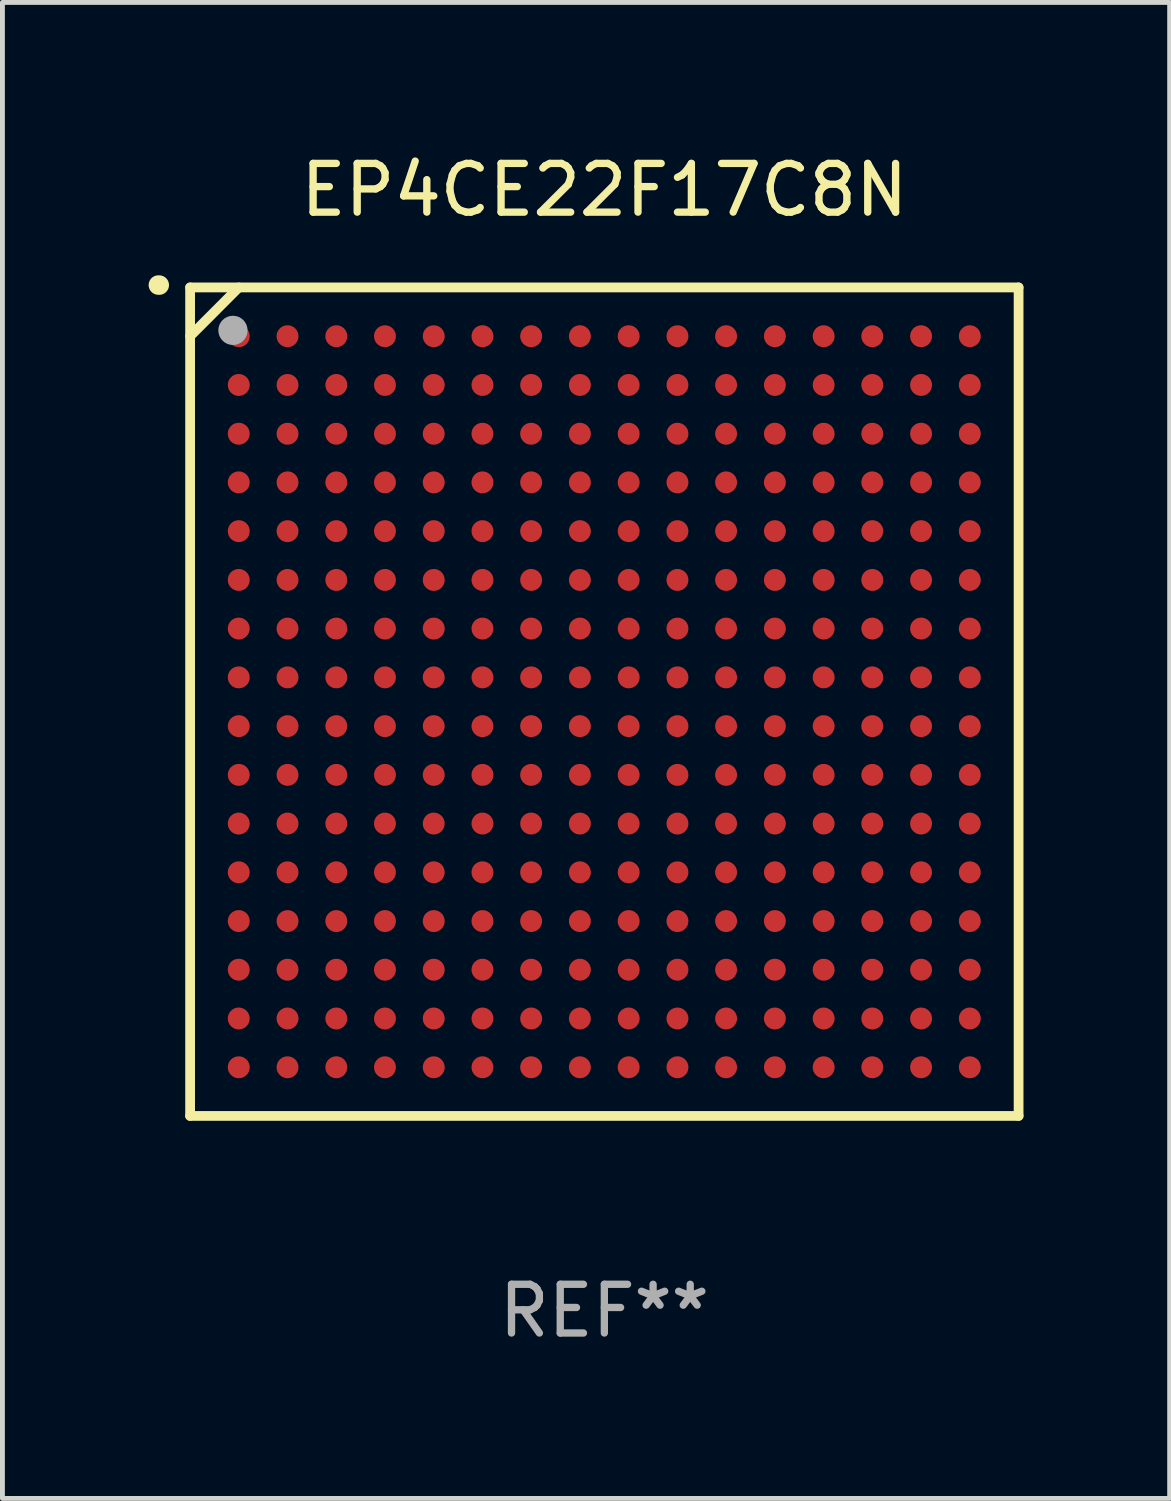
<source format=kicad_pcb>
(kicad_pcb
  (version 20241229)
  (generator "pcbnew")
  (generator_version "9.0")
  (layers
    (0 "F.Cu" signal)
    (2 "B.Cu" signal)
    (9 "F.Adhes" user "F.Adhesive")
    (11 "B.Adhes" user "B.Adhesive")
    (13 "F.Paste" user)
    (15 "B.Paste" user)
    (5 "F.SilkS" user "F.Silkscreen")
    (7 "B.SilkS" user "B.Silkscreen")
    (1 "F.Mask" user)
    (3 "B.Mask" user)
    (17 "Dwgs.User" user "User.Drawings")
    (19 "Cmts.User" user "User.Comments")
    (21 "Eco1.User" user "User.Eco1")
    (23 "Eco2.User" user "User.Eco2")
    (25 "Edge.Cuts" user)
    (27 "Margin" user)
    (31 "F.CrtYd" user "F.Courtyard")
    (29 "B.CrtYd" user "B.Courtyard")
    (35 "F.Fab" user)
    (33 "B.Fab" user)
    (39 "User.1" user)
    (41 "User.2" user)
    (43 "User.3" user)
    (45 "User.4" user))
  (footprint "EP4CE22F17C8N"
    (layer "F.Cu")
    (at 9.351 11.348)
    (property "Reference" "EP4CE22F17C8N" (at 0 -10.5 0) (layer "F.SilkS") (effects (font (size 1 1) (thickness 0.15))))
    (attr through_hole)
    (fp_line (start -8.5 -8.5) (end 8.5 -8.5) (stroke (width 0.2) (type solid)) (layer "F.SilkS"))
    (fp_line (start -8.5 -7.499) (end -7.502 -8.5) (stroke (width 0.2) (type solid)) (layer "F.SilkS"))
    (fp_line (start -8.5 8.5) (end -8.5 -8.5) (stroke (width 0.2) (type solid)) (layer "F.SilkS"))
    (fp_line (start 8.5 -8.5) (end 8.5 8.5) (stroke (width 0.2) (type solid)) (layer "F.SilkS"))
    (fp_line (start 8.5 8.5) (end -8.5 8.5) (stroke (width 0.2) (type solid)) (layer "F.SilkS"))
    (fp_arc (start -9.151181 -8.548768) (mid -9.142295 -8.548541) (end -9.133426 -8.547955) (stroke (width 0.4) (type solid)) (layer "F.SilkS"))
    (fp_circle (center -8.501 -8.499) (end -8.471 -8.499) (stroke (width 0.06) (type solid)) (fill no) (layer "F.SilkS"))
    (fp_circle (center -7.621 -7.619) (end -7.471 -7.619) (stroke (width 0.3) (type solid)) (fill no) (layer "F.Fab"))
    (fp_text user "REF**" (at 0 12.5 0) (layer "F.Fab") (effects (font (size 1 1) (thickness 0.15))))
    (pad "A1" smd circle (at -7.502 -7.499) (size 0.45 0.45) (layers "F.Cu" "F.Mask" "F.Paste"))
    (pad "A2" smd circle (at -6.501 -7.499) (size 0.45 0.45) (layers "F.Cu" "F.Mask" "F.Paste"))
    (pad "A3" smd circle (at -5.5 -7.499) (size 0.45 0.45) (layers "F.Cu" "F.Mask" "F.Paste"))
    (pad "A4" smd circle (at -4.502 -7.499) (size 0.45 0.45) (layers "F.Cu" "F.Mask" "F.Paste"))
    (pad "A5" smd circle (at -3.501 -7.499) (size 0.45 0.45) (layers "F.Cu" "F.Mask" "F.Paste"))
    (pad "A6" smd circle (at -2.501 -7.499) (size 0.45 0.45) (layers "F.Cu" "F.Mask" "F.Paste"))
    (pad "A7" smd circle (at -1.502 -7.499) (size 0.45 0.45) (layers "F.Cu" "F.Mask" "F.Paste"))
    (pad "A8" smd circle (at -0.502 -7.499) (size 0.45 0.45) (layers "F.Cu" "F.Mask" "F.Paste"))
    (pad "A9" smd circle (at 0.499 -7.499) (size 0.45 0.45) (layers "F.Cu" "F.Mask" "F.Paste"))
    (pad "A10" smd circle (at 1.5 -7.499) (size 0.45 0.45) (layers "F.Cu" "F.Mask" "F.Paste"))
    (pad "A11" smd circle (at 2.498 -7.499) (size 0.45 0.45) (layers "F.Cu" "F.Mask" "F.Paste"))
    (pad "A12" smd circle (at 3.499 -7.499) (size 0.45 0.45) (layers "F.Cu" "F.Mask" "F.Paste"))
    (pad "A13" smd circle (at 4.5 -7.499) (size 0.45 0.45) (layers "F.Cu" "F.Mask" "F.Paste"))
    (pad "A14" smd circle (at 5.498 -7.499) (size 0.45 0.45) (layers "F.Cu" "F.Mask" "F.Paste"))
    (pad "A15" smd circle (at 6.499 -7.499) (size 0.45 0.45) (layers "F.Cu" "F.Mask" "F.Paste"))
    (pad "A16" smd circle (at 7.499 -7.499) (size 0.45 0.45) (layers "F.Cu" "F.Mask" "F.Paste"))
    (pad "B1" smd circle (at -7.502 -6.499) (size 0.45 0.45) (layers "F.Cu" "F.Mask" "F.Paste"))
    (pad "B2" smd circle (at -6.501 -6.499) (size 0.45 0.45) (layers "F.Cu" "F.Mask" "F.Paste"))
    (pad "B3" smd circle (at -5.5 -6.499) (size 0.45 0.45) (layers "F.Cu" "F.Mask" "F.Paste"))
    (pad "B4" smd circle (at -4.502 -6.499) (size 0.45 0.45) (layers "F.Cu" "F.Mask" "F.Paste"))
    (pad "B5" smd circle (at -3.501 -6.499) (size 0.45 0.45) (layers "F.Cu" "F.Mask" "F.Paste"))
    (pad "B6" smd circle (at -2.501 -6.499) (size 0.45 0.45) (layers "F.Cu" "F.Mask" "F.Paste"))
    (pad "B7" smd circle (at -1.502 -6.499) (size 0.45 0.45) (layers "F.Cu" "F.Mask" "F.Paste"))
    (pad "B8" smd circle (at -0.502 -6.499) (size 0.45 0.45) (layers "F.Cu" "F.Mask" "F.Paste"))
    (pad "B9" smd circle (at 0.499 -6.499) (size 0.45 0.45) (layers "F.Cu" "F.Mask" "F.Paste"))
    (pad "B10" smd circle (at 1.5 -6.499) (size 0.45 0.45) (layers "F.Cu" "F.Mask" "F.Paste"))
    (pad "B11" smd circle (at 2.498 -6.499) (size 0.45 0.45) (layers "F.Cu" "F.Mask" "F.Paste"))
    (pad "B12" smd circle (at 3.499 -6.499) (size 0.45 0.45) (layers "F.Cu" "F.Mask" "F.Paste"))
    (pad "B13" smd circle (at 4.5 -6.499) (size 0.45 0.45) (layers "F.Cu" "F.Mask" "F.Paste"))
    (pad "B14" smd circle (at 5.498 -6.499) (size 0.45 0.45) (layers "F.Cu" "F.Mask" "F.Paste"))
    (pad "B15" smd circle (at 6.499 -6.499) (size 0.45 0.45) (layers "F.Cu" "F.Mask" "F.Paste"))
    (pad "B16" smd circle (at 7.499 -6.499) (size 0.45 0.45) (layers "F.Cu" "F.Mask" "F.Paste"))
    (pad "C1" smd circle (at -7.502 -5.498) (size 0.45 0.45) (layers "F.Cu" "F.Mask" "F.Paste"))
    (pad "C2" smd circle (at -6.501 -5.498) (size 0.45 0.45) (layers "F.Cu" "F.Mask" "F.Paste"))
    (pad "C3" smd circle (at -5.5 -5.498) (size 0.45 0.45) (layers "F.Cu" "F.Mask" "F.Paste"))
    (pad "C4" smd circle (at -4.502 -5.498) (size 0.45 0.45) (layers "F.Cu" "F.Mask" "F.Paste"))
    (pad "C5" smd circle (at -3.501 -5.498) (size 0.45 0.45) (layers "F.Cu" "F.Mask" "F.Paste"))
    (pad "C6" smd circle (at -2.501 -5.498) (size 0.45 0.45) (layers "F.Cu" "F.Mask" "F.Paste"))
    (pad "C7" smd circle (at -1.502 -5.498) (size 0.45 0.45) (layers "F.Cu" "F.Mask" "F.Paste"))
    (pad "C8" smd circle (at -0.502 -5.498) (size 0.45 0.45) (layers "F.Cu" "F.Mask" "F.Paste"))
    (pad "C9" smd circle (at 0.499 -5.498) (size 0.45 0.45) (layers "F.Cu" "F.Mask" "F.Paste"))
    (pad "C10" smd circle (at 1.5 -5.498) (size 0.45 0.45) (layers "F.Cu" "F.Mask" "F.Paste"))
    (pad "C11" smd circle (at 2.498 -5.498) (size 0.45 0.45) (layers "F.Cu" "F.Mask" "F.Paste"))
    (pad "C12" smd circle (at 3.499 -5.498) (size 0.45 0.45) (layers "F.Cu" "F.Mask" "F.Paste"))
    (pad "C13" smd circle (at 4.5 -5.498) (size 0.45 0.45) (layers "F.Cu" "F.Mask" "F.Paste"))
    (pad "C14" smd circle (at 5.498 -5.498) (size 0.45 0.45) (layers "F.Cu" "F.Mask" "F.Paste"))
    (pad "C15" smd circle (at 6.499 -5.498) (size 0.45 0.45) (layers "F.Cu" "F.Mask" "F.Paste"))
    (pad "C16" smd circle (at 7.499 -5.498) (size 0.45 0.45) (layers "F.Cu" "F.Mask" "F.Paste"))
    (pad "D1" smd circle (at -7.502 -4.5) (size 0.45 0.45) (layers "F.Cu" "F.Mask" "F.Paste"))
    (pad "D2" smd circle (at -6.501 -4.5) (size 0.45 0.45) (layers "F.Cu" "F.Mask" "F.Paste"))
    (pad "D3" smd circle (at -5.5 -4.5) (size 0.45 0.45) (layers "F.Cu" "F.Mask" "F.Paste"))
    (pad "D4" smd circle (at -4.502 -4.5) (size 0.45 0.45) (layers "F.Cu" "F.Mask" "F.Paste"))
    (pad "D5" smd circle (at -3.501 -4.5) (size 0.45 0.45) (layers "F.Cu" "F.Mask" "F.Paste"))
    (pad "D6" smd circle (at -2.501 -4.5) (size 0.45 0.45) (layers "F.Cu" "F.Mask" "F.Paste"))
    (pad "D7" smd circle (at -1.502 -4.5) (size 0.45 0.45) (layers "F.Cu" "F.Mask" "F.Paste"))
    (pad "D8" smd circle (at -0.502 -4.5) (size 0.45 0.45) (layers "F.Cu" "F.Mask" "F.Paste"))
    (pad "D9" smd circle (at 0.499 -4.5) (size 0.45 0.45) (layers "F.Cu" "F.Mask" "F.Paste"))
    (pad "D10" smd circle (at 1.5 -4.5) (size 0.45 0.45) (layers "F.Cu" "F.Mask" "F.Paste"))
    (pad "D11" smd circle (at 2.498 -4.5) (size 0.45 0.45) (layers "F.Cu" "F.Mask" "F.Paste"))
    (pad "D12" smd circle (at 3.499 -4.5) (size 0.45 0.45) (layers "F.Cu" "F.Mask" "F.Paste"))
    (pad "D13" smd circle (at 4.5 -4.5) (size 0.45 0.45) (layers "F.Cu" "F.Mask" "F.Paste"))
    (pad "D14" smd circle (at 5.498 -4.5) (size 0.45 0.45) (layers "F.Cu" "F.Mask" "F.Paste"))
    (pad "D15" smd circle (at 6.499 -4.5) (size 0.45 0.45) (layers "F.Cu" "F.Mask" "F.Paste"))
    (pad "D16" smd circle (at 7.499 -4.5) (size 0.45 0.45) (layers "F.Cu" "F.Mask" "F.Paste"))
    (pad "E1" smd circle (at -7.502 -3.499) (size 0.45 0.45) (layers "F.Cu" "F.Mask" "F.Paste"))
    (pad "E2" smd circle (at -6.501 -3.499) (size 0.45 0.45) (layers "F.Cu" "F.Mask" "F.Paste"))
    (pad "E3" smd circle (at -5.5 -3.499) (size 0.45 0.45) (layers "F.Cu" "F.Mask" "F.Paste"))
    (pad "E4" smd circle (at -4.502 -3.499) (size 0.45 0.45) (layers "F.Cu" "F.Mask" "F.Paste"))
    (pad "E5" smd circle (at -3.501 -3.499) (size 0.45 0.45) (layers "F.Cu" "F.Mask" "F.Paste"))
    (pad "E6" smd circle (at -2.501 -3.499) (size 0.45 0.45) (layers "F.Cu" "F.Mask" "F.Paste"))
    (pad "E7" smd circle (at -1.502 -3.499) (size 0.45 0.45) (layers "F.Cu" "F.Mask" "F.Paste"))
    (pad "E8" smd circle (at -0.502 -3.499) (size 0.45 0.45) (layers "F.Cu" "F.Mask" "F.Paste"))
    (pad "E9" smd circle (at 0.499 -3.499) (size 0.45 0.45) (layers "F.Cu" "F.Mask" "F.Paste"))
    (pad "E10" smd circle (at 1.5 -3.499) (size 0.45 0.45) (layers "F.Cu" "F.Mask" "F.Paste"))
    (pad "E11" smd circle (at 2.498 -3.499) (size 0.45 0.45) (layers "F.Cu" "F.Mask" "F.Paste"))
    (pad "E12" smd circle (at 3.499 -3.499) (size 0.45 0.45) (layers "F.Cu" "F.Mask" "F.Paste"))
    (pad "E13" smd circle (at 4.5 -3.499) (size 0.45 0.45) (layers "F.Cu" "F.Mask" "F.Paste"))
    (pad "E14" smd circle (at 5.498 -3.499) (size 0.45 0.45) (layers "F.Cu" "F.Mask" "F.Paste"))
    (pad "E15" smd circle (at 6.499 -3.499) (size 0.45 0.45) (layers "F.Cu" "F.Mask" "F.Paste"))
    (pad "E16" smd circle (at 7.499 -3.499) (size 0.45 0.45) (layers "F.Cu" "F.Mask" "F.Paste"))
    (pad "F1" smd circle (at -7.502 -2.498) (size 0.45 0.45) (layers "F.Cu" "F.Mask" "F.Paste"))
    (pad "F2" smd circle (at -6.501 -2.498) (size 0.45 0.45) (layers "F.Cu" "F.Mask" "F.Paste"))
    (pad "F3" smd circle (at -5.5 -2.498) (size 0.45 0.45) (layers "F.Cu" "F.Mask" "F.Paste"))
    (pad "F4" smd circle (at -4.502 -2.498) (size 0.45 0.45) (layers "F.Cu" "F.Mask" "F.Paste"))
    (pad "F5" smd circle (at -3.501 -2.498) (size 0.45 0.45) (layers "F.Cu" "F.Mask" "F.Paste"))
    (pad "F6" smd circle (at -2.501 -2.498) (size 0.45 0.45) (layers "F.Cu" "F.Mask" "F.Paste"))
    (pad "F7" smd circle (at -1.502 -2.498) (size 0.45 0.45) (layers "F.Cu" "F.Mask" "F.Paste"))
    (pad "F8" smd circle (at -0.502 -2.498) (size 0.45 0.45) (layers "F.Cu" "F.Mask" "F.Paste"))
    (pad "F9" smd circle (at 0.499 -2.498) (size 0.45 0.45) (layers "F.Cu" "F.Mask" "F.Paste"))
    (pad "F10" smd circle (at 1.5 -2.498) (size 0.45 0.45) (layers "F.Cu" "F.Mask" "F.Paste"))
    (pad "F11" smd circle (at 2.498 -2.498) (size 0.45 0.45) (layers "F.Cu" "F.Mask" "F.Paste"))
    (pad "F12" smd circle (at 3.499 -2.498) (size 0.45 0.45) (layers "F.Cu" "F.Mask" "F.Paste"))
    (pad "F13" smd circle (at 4.5 -2.498) (size 0.45 0.45) (layers "F.Cu" "F.Mask" "F.Paste"))
    (pad "F14" smd circle (at 5.498 -2.498) (size 0.45 0.45) (layers "F.Cu" "F.Mask" "F.Paste"))
    (pad "F15" smd circle (at 6.499 -2.498) (size 0.45 0.45) (layers "F.Cu" "F.Mask" "F.Paste"))
    (pad "F16" smd circle (at 7.499 -2.498) (size 0.45 0.45) (layers "F.Cu" "F.Mask" "F.Paste"))
    (pad "G1" smd circle (at -7.502 -1.5) (size 0.45 0.45) (layers "F.Cu" "F.Mask" "F.Paste"))
    (pad "G2" smd circle (at -6.501 -1.5) (size 0.45 0.45) (layers "F.Cu" "F.Mask" "F.Paste"))
    (pad "G3" smd circle (at -5.5 -1.5) (size 0.45 0.45) (layers "F.Cu" "F.Mask" "F.Paste"))
    (pad "G4" smd circle (at -4.502 -1.5) (size 0.45 0.45) (layers "F.Cu" "F.Mask" "F.Paste"))
    (pad "G5" smd circle (at -3.501 -1.5) (size 0.45 0.45) (layers "F.Cu" "F.Mask" "F.Paste"))
    (pad "G6" smd circle (at -2.501 -1.5) (size 0.45 0.45) (layers "F.Cu" "F.Mask" "F.Paste"))
    (pad "G7" smd circle (at -1.502 -1.5) (size 0.45 0.45) (layers "F.Cu" "F.Mask" "F.Paste"))
    (pad "G8" smd circle (at -0.502 -1.5) (size 0.45 0.45) (layers "F.Cu" "F.Mask" "F.Paste"))
    (pad "G9" smd circle (at 0.499 -1.5) (size 0.45 0.45) (layers "F.Cu" "F.Mask" "F.Paste"))
    (pad "G10" smd circle (at 1.5 -1.5) (size 0.45 0.45) (layers "F.Cu" "F.Mask" "F.Paste"))
    (pad "G11" smd circle (at 2.498 -1.5) (size 0.45 0.45) (layers "F.Cu" "F.Mask" "F.Paste"))
    (pad "G12" smd circle (at 3.499 -1.5) (size 0.45 0.45) (layers "F.Cu" "F.Mask" "F.Paste"))
    (pad "G13" smd circle (at 4.5 -1.5) (size 0.45 0.45) (layers "F.Cu" "F.Mask" "F.Paste"))
    (pad "G14" smd circle (at 5.498 -1.5) (size 0.45 0.45) (layers "F.Cu" "F.Mask" "F.Paste"))
    (pad "G15" smd circle (at 6.499 -1.5) (size 0.45 0.45) (layers "F.Cu" "F.Mask" "F.Paste"))
    (pad "G16" smd circle (at 7.499 -1.5) (size 0.45 0.45) (layers "F.Cu" "F.Mask" "F.Paste"))
    (pad "H1" smd circle (at -7.502 -0.499) (size 0.45 0.45) (layers "F.Cu" "F.Mask" "F.Paste"))
    (pad "H2" smd circle (at -6.501 -0.499) (size 0.45 0.45) (layers "F.Cu" "F.Mask" "F.Paste"))
    (pad "H3" smd circle (at -5.5 -0.499) (size 0.45 0.45) (layers "F.Cu" "F.Mask" "F.Paste"))
    (pad "H4" smd circle (at -4.502 -0.499) (size 0.45 0.45) (layers "F.Cu" "F.Mask" "F.Paste"))
    (pad "H5" smd circle (at -3.501 -0.499) (size 0.45 0.45) (layers "F.Cu" "F.Mask" "F.Paste"))
    (pad "H6" smd circle (at -2.501 -0.499) (size 0.45 0.45) (layers "F.Cu" "F.Mask" "F.Paste"))
    (pad "H7" smd circle (at -1.502 -0.499) (size 0.45 0.45) (layers "F.Cu" "F.Mask" "F.Paste"))
    (pad "H8" smd circle (at -0.502 -0.499) (size 0.45 0.45) (layers "F.Cu" "F.Mask" "F.Paste"))
    (pad "H9" smd circle (at 0.499 -0.499) (size 0.45 0.45) (layers "F.Cu" "F.Mask" "F.Paste"))
    (pad "H10" smd circle (at 1.5 -0.499) (size 0.45 0.45) (layers "F.Cu" "F.Mask" "F.Paste"))
    (pad "H11" smd circle (at 2.498 -0.499) (size 0.45 0.45) (layers "F.Cu" "F.Mask" "F.Paste"))
    (pad "H12" smd circle (at 3.499 -0.499) (size 0.45 0.45) (layers "F.Cu" "F.Mask" "F.Paste"))
    (pad "H13" smd circle (at 4.5 -0.499) (size 0.45 0.45) (layers "F.Cu" "F.Mask" "F.Paste"))
    (pad "H14" smd circle (at 5.498 -0.499) (size 0.45 0.45) (layers "F.Cu" "F.Mask" "F.Paste"))
    (pad "H15" smd circle (at 6.499 -0.499) (size 0.45 0.45) (layers "F.Cu" "F.Mask" "F.Paste"))
    (pad "H16" smd circle (at 7.499 -0.499) (size 0.45 0.45) (layers "F.Cu" "F.Mask" "F.Paste"))
    (pad "J1" smd circle (at -7.502 0.502) (size 0.45 0.45) (layers "F.Cu" "F.Mask" "F.Paste"))
    (pad "J2" smd circle (at -6.501 0.502) (size 0.45 0.45) (layers "F.Cu" "F.Mask" "F.Paste"))
    (pad "J3" smd circle (at -5.5 0.502) (size 0.45 0.45) (layers "F.Cu" "F.Mask" "F.Paste"))
    (pad "J4" smd circle (at -4.502 0.502) (size 0.45 0.45) (layers "F.Cu" "F.Mask" "F.Paste"))
    (pad "J5" smd circle (at -3.501 0.502) (size 0.45 0.45) (layers "F.Cu" "F.Mask" "F.Paste"))
    (pad "J6" smd circle (at -2.501 0.502) (size 0.45 0.45) (layers "F.Cu" "F.Mask" "F.Paste"))
    (pad "J7" smd circle (at -1.502 0.502) (size 0.45 0.45) (layers "F.Cu" "F.Mask" "F.Paste"))
    (pad "J8" smd circle (at -0.502 0.502) (size 0.45 0.45) (layers "F.Cu" "F.Mask" "F.Paste"))
    (pad "J9" smd circle (at 0.499 0.502) (size 0.45 0.45) (layers "F.Cu" "F.Mask" "F.Paste"))
    (pad "J10" smd circle (at 1.5 0.502) (size 0.45 0.45) (layers "F.Cu" "F.Mask" "F.Paste"))
    (pad "J11" smd circle (at 2.498 0.502) (size 0.45 0.45) (layers "F.Cu" "F.Mask" "F.Paste"))
    (pad "J12" smd circle (at 3.499 0.502) (size 0.45 0.45) (layers "F.Cu" "F.Mask" "F.Paste"))
    (pad "J13" smd circle (at 4.5 0.502) (size 0.45 0.45) (layers "F.Cu" "F.Mask" "F.Paste"))
    (pad "J14" smd circle (at 5.498 0.502) (size 0.45 0.45) (layers "F.Cu" "F.Mask" "F.Paste"))
    (pad "J15" smd circle (at 6.499 0.502) (size 0.45 0.45) (layers "F.Cu" "F.Mask" "F.Paste"))
    (pad "J16" smd circle (at 7.499 0.502) (size 0.45 0.45) (layers "F.Cu" "F.Mask" "F.Paste"))
    (pad "K1" smd circle (at -7.502 1.502) (size 0.45 0.45) (layers "F.Cu" "F.Mask" "F.Paste"))
    (pad "K2" smd circle (at -6.501 1.502) (size 0.45 0.45) (layers "F.Cu" "F.Mask" "F.Paste"))
    (pad "K3" smd circle (at -5.5 1.502) (size 0.45 0.45) (layers "F.Cu" "F.Mask" "F.Paste"))
    (pad "K4" smd circle (at -4.502 1.502) (size 0.45 0.45) (layers "F.Cu" "F.Mask" "F.Paste"))
    (pad "K5" smd circle (at -3.501 1.502) (size 0.45 0.45) (layers "F.Cu" "F.Mask" "F.Paste"))
    (pad "K6" smd circle (at -2.501 1.502) (size 0.45 0.45) (layers "F.Cu" "F.Mask" "F.Paste"))
    (pad "K7" smd circle (at -1.502 1.502) (size 0.45 0.45) (layers "F.Cu" "F.Mask" "F.Paste"))
    (pad "K8" smd circle (at -0.502 1.502) (size 0.45 0.45) (layers "F.Cu" "F.Mask" "F.Paste"))
    (pad "K9" smd circle (at 0.499 1.502) (size 0.45 0.45) (layers "F.Cu" "F.Mask" "F.Paste"))
    (pad "K10" smd circle (at 1.5 1.502) (size 0.45 0.45) (layers "F.Cu" "F.Mask" "F.Paste"))
    (pad "K11" smd circle (at 2.498 1.502) (size 0.45 0.45) (layers "F.Cu" "F.Mask" "F.Paste"))
    (pad "K12" smd circle (at 3.499 1.502) (size 0.45 0.45) (layers "F.Cu" "F.Mask" "F.Paste"))
    (pad "K13" smd circle (at 4.5 1.502) (size 0.45 0.45) (layers "F.Cu" "F.Mask" "F.Paste"))
    (pad "K14" smd circle (at 5.498 1.502) (size 0.45 0.45) (layers "F.Cu" "F.Mask" "F.Paste"))
    (pad "K15" smd circle (at 6.499 1.502) (size 0.45 0.45) (layers "F.Cu" "F.Mask" "F.Paste"))
    (pad "K16" smd circle (at 7.499 1.502) (size 0.45 0.45) (layers "F.Cu" "F.Mask" "F.Paste"))
    (pad "L1" smd circle (at -7.502 2.501) (size 0.45 0.45) (layers "F.Cu" "F.Mask" "F.Paste"))
    (pad "L2" smd circle (at -6.501 2.501) (size 0.45 0.45) (layers "F.Cu" "F.Mask" "F.Paste"))
    (pad "L3" smd circle (at -5.5 2.501) (size 0.45 0.45) (layers "F.Cu" "F.Mask" "F.Paste"))
    (pad "L4" smd circle (at -4.502 2.501) (size 0.45 0.45) (layers "F.Cu" "F.Mask" "F.Paste"))
    (pad "L5" smd circle (at -3.501 2.501) (size 0.45 0.45) (layers "F.Cu" "F.Mask" "F.Paste"))
    (pad "L6" smd circle (at -2.501 2.501) (size 0.45 0.45) (layers "F.Cu" "F.Mask" "F.Paste"))
    (pad "L7" smd circle (at -1.502 2.501) (size 0.45 0.45) (layers "F.Cu" "F.Mask" "F.Paste"))
    (pad "L8" smd circle (at -0.502 2.501) (size 0.45 0.45) (layers "F.Cu" "F.Mask" "F.Paste"))
    (pad "L9" smd circle (at 0.499 2.501) (size 0.45 0.45) (layers "F.Cu" "F.Mask" "F.Paste"))
    (pad "L10" smd circle (at 1.5 2.501) (size 0.45 0.45) (layers "F.Cu" "F.Mask" "F.Paste"))
    (pad "L11" smd circle (at 2.498 2.501) (size 0.45 0.45) (layers "F.Cu" "F.Mask" "F.Paste"))
    (pad "L12" smd circle (at 3.499 2.501) (size 0.45 0.45) (layers "F.Cu" "F.Mask" "F.Paste"))
    (pad "L13" smd circle (at 4.5 2.501) (size 0.45 0.45) (layers "F.Cu" "F.Mask" "F.Paste"))
    (pad "L14" smd circle (at 5.498 2.501) (size 0.45 0.45) (layers "F.Cu" "F.Mask" "F.Paste"))
    (pad "L15" smd circle (at 6.499 2.501) (size 0.45 0.45) (layers "F.Cu" "F.Mask" "F.Paste"))
    (pad "L16" smd circle (at 7.499 2.501) (size 0.45 0.45) (layers "F.Cu" "F.Mask" "F.Paste"))
    (pad "M1" smd circle (at -7.502 3.501) (size 0.45 0.45) (layers "F.Cu" "F.Mask" "F.Paste"))
    (pad "M2" smd circle (at -6.501 3.501) (size 0.45 0.45) (layers "F.Cu" "F.Mask" "F.Paste"))
    (pad "M3" smd circle (at -5.5 3.501) (size 0.45 0.45) (layers "F.Cu" "F.Mask" "F.Paste"))
    (pad "M4" smd circle (at -4.502 3.501) (size 0.45 0.45) (layers "F.Cu" "F.Mask" "F.Paste"))
    (pad "M5" smd circle (at -3.501 3.501) (size 0.45 0.45) (layers "F.Cu" "F.Mask" "F.Paste"))
    (pad "M6" smd circle (at -2.501 3.501) (size 0.45 0.45) (layers "F.Cu" "F.Mask" "F.Paste"))
    (pad "M7" smd circle (at -1.502 3.501) (size 0.45 0.45) (layers "F.Cu" "F.Mask" "F.Paste"))
    (pad "M8" smd circle (at -0.502 3.501) (size 0.45 0.45) (layers "F.Cu" "F.Mask" "F.Paste"))
    (pad "M9" smd circle (at 0.499 3.501) (size 0.45 0.45) (layers "F.Cu" "F.Mask" "F.Paste"))
    (pad "M10" smd circle (at 1.5 3.501) (size 0.45 0.45) (layers "F.Cu" "F.Mask" "F.Paste"))
    (pad "M11" smd circle (at 2.498 3.501) (size 0.45 0.45) (layers "F.Cu" "F.Mask" "F.Paste"))
    (pad "M12" smd circle (at 3.499 3.501) (size 0.45 0.45) (layers "F.Cu" "F.Mask" "F.Paste"))
    (pad "M13" smd circle (at 4.5 3.501) (size 0.45 0.45) (layers "F.Cu" "F.Mask" "F.Paste"))
    (pad "M14" smd circle (at 5.498 3.501) (size 0.45 0.45) (layers "F.Cu" "F.Mask" "F.Paste"))
    (pad "M15" smd circle (at 6.499 3.501) (size 0.45 0.45) (layers "F.Cu" "F.Mask" "F.Paste"))
    (pad "M16" smd circle (at 7.499 3.501) (size 0.45 0.45) (layers "F.Cu" "F.Mask" "F.Paste"))
    (pad "N1" smd circle (at -7.502 4.502) (size 0.45 0.45) (layers "F.Cu" "F.Mask" "F.Paste"))
    (pad "N2" smd circle (at -6.501 4.502) (size 0.45 0.45) (layers "F.Cu" "F.Mask" "F.Paste"))
    (pad "N3" smd circle (at -5.5 4.502) (size 0.45 0.45) (layers "F.Cu" "F.Mask" "F.Paste"))
    (pad "N4" smd circle (at -4.502 4.502) (size 0.45 0.45) (layers "F.Cu" "F.Mask" "F.Paste"))
    (pad "N5" smd circle (at -3.501 4.502) (size 0.45 0.45) (layers "F.Cu" "F.Mask" "F.Paste"))
    (pad "N6" smd circle (at -2.501 4.502) (size 0.45 0.45) (layers "F.Cu" "F.Mask" "F.Paste"))
    (pad "N7" smd circle (at -1.502 4.502) (size 0.45 0.45) (layers "F.Cu" "F.Mask" "F.Paste"))
    (pad "N8" smd circle (at -0.502 4.502) (size 0.45 0.45) (layers "F.Cu" "F.Mask" "F.Paste"))
    (pad "N9" smd circle (at 0.499 4.502) (size 0.45 0.45) (layers "F.Cu" "F.Mask" "F.Paste"))
    (pad "N10" smd circle (at 1.5 4.502) (size 0.45 0.45) (layers "F.Cu" "F.Mask" "F.Paste"))
    (pad "N11" smd circle (at 2.498 4.502) (size 0.45 0.45) (layers "F.Cu" "F.Mask" "F.Paste"))
    (pad "N12" smd circle (at 3.499 4.502) (size 0.45 0.45) (layers "F.Cu" "F.Mask" "F.Paste"))
    (pad "N13" smd circle (at 4.5 4.502) (size 0.45 0.45) (layers "F.Cu" "F.Mask" "F.Paste"))
    (pad "N14" smd circle (at 5.498 4.502) (size 0.45 0.45) (layers "F.Cu" "F.Mask" "F.Paste"))
    (pad "N15" smd circle (at 6.499 4.502) (size 0.45 0.45) (layers "F.Cu" "F.Mask" "F.Paste"))
    (pad "N16" smd circle (at 7.499 4.502) (size 0.45 0.45) (layers "F.Cu" "F.Mask" "F.Paste"))
    (pad "P1" smd circle (at -7.502 5.5) (size 0.45 0.45) (layers "F.Cu" "F.Mask" "F.Paste"))
    (pad "P2" smd circle (at -6.501 5.5) (size 0.45 0.45) (layers "F.Cu" "F.Mask" "F.Paste"))
    (pad "P3" smd circle (at -5.5 5.5) (size 0.45 0.45) (layers "F.Cu" "F.Mask" "F.Paste"))
    (pad "P4" smd circle (at -4.502 5.5) (size 0.45 0.45) (layers "F.Cu" "F.Mask" "F.Paste"))
    (pad "P5" smd circle (at -3.501 5.5) (size 0.45 0.45) (layers "F.Cu" "F.Mask" "F.Paste"))
    (pad "P6" smd circle (at -2.501 5.5) (size 0.45 0.45) (layers "F.Cu" "F.Mask" "F.Paste"))
    (pad "P7" smd circle (at -1.502 5.5) (size 0.45 0.45) (layers "F.Cu" "F.Mask" "F.Paste"))
    (pad "P8" smd circle (at -0.502 5.5) (size 0.45 0.45) (layers "F.Cu" "F.Mask" "F.Paste"))
    (pad "P9" smd circle (at 0.499 5.5) (size 0.45 0.45) (layers "F.Cu" "F.Mask" "F.Paste"))
    (pad "P10" smd circle (at 1.5 5.5) (size 0.45 0.45) (layers "F.Cu" "F.Mask" "F.Paste"))
    (pad "P11" smd circle (at 2.498 5.5) (size 0.45 0.45) (layers "F.Cu" "F.Mask" "F.Paste"))
    (pad "P12" smd circle (at 3.499 5.5) (size 0.45 0.45) (layers "F.Cu" "F.Mask" "F.Paste"))
    (pad "P13" smd circle (at 4.5 5.5) (size 0.45 0.45) (layers "F.Cu" "F.Mask" "F.Paste"))
    (pad "P14" smd circle (at 5.498 5.5) (size 0.45 0.45) (layers "F.Cu" "F.Mask" "F.Paste"))
    (pad "P15" smd circle (at 6.499 5.5) (size 0.45 0.45) (layers "F.Cu" "F.Mask" "F.Paste"))
    (pad "P16" smd circle (at 7.499 5.5) (size 0.45 0.45) (layers "F.Cu" "F.Mask" "F.Paste"))
    (pad "R1" smd circle (at -7.502 6.501) (size 0.45 0.45) (layers "F.Cu" "F.Mask" "F.Paste"))
    (pad "R2" smd circle (at -6.501 6.501) (size 0.45 0.45) (layers "F.Cu" "F.Mask" "F.Paste"))
    (pad "R3" smd circle (at -5.5 6.501) (size 0.45 0.45) (layers "F.Cu" "F.Mask" "F.Paste"))
    (pad "R4" smd circle (at -4.502 6.501) (size 0.45 0.45) (layers "F.Cu" "F.Mask" "F.Paste"))
    (pad "R5" smd circle (at -3.501 6.501) (size 0.45 0.45) (layers "F.Cu" "F.Mask" "F.Paste"))
    (pad "R6" smd circle (at -2.501 6.501) (size 0.45 0.45) (layers "F.Cu" "F.Mask" "F.Paste"))
    (pad "R7" smd circle (at -1.502 6.501) (size 0.45 0.45) (layers "F.Cu" "F.Mask" "F.Paste"))
    (pad "R8" smd circle (at -0.502 6.501) (size 0.45 0.45) (layers "F.Cu" "F.Mask" "F.Paste"))
    (pad "R9" smd circle (at 0.499 6.501) (size 0.45 0.45) (layers "F.Cu" "F.Mask" "F.Paste"))
    (pad "R10" smd circle (at 1.5 6.501) (size 0.45 0.45) (layers "F.Cu" "F.Mask" "F.Paste"))
    (pad "R11" smd circle (at 2.498 6.501) (size 0.45 0.45) (layers "F.Cu" "F.Mask" "F.Paste"))
    (pad "R12" smd circle (at 3.499 6.501) (size 0.45 0.45) (layers "F.Cu" "F.Mask" "F.Paste"))
    (pad "R13" smd circle (at 4.5 6.501) (size 0.45 0.45) (layers "F.Cu" "F.Mask" "F.Paste"))
    (pad "R14" smd circle (at 5.498 6.501) (size 0.45 0.45) (layers "F.Cu" "F.Mask" "F.Paste"))
    (pad "R15" smd circle (at 6.499 6.501) (size 0.45 0.45) (layers "F.Cu" "F.Mask" "F.Paste"))
    (pad "R16" smd circle (at 7.499 6.501) (size 0.45 0.45) (layers "F.Cu" "F.Mask" "F.Paste"))
    (pad "T1" smd circle (at -7.502 7.502) (size 0.45 0.45) (layers "F.Cu" "F.Mask" "F.Paste"))
    (pad "T2" smd circle (at -6.501 7.502) (size 0.45 0.45) (layers "F.Cu" "F.Mask" "F.Paste"))
    (pad "T3" smd circle (at -5.5 7.502) (size 0.45 0.45) (layers "F.Cu" "F.Mask" "F.Paste"))
    (pad "T4" smd circle (at -4.502 7.502) (size 0.45 0.45) (layers "F.Cu" "F.Mask" "F.Paste"))
    (pad "T5" smd circle (at -3.501 7.502) (size 0.45 0.45) (layers "F.Cu" "F.Mask" "F.Paste"))
    (pad "T6" smd circle (at -2.501 7.502) (size 0.45 0.45) (layers "F.Cu" "F.Mask" "F.Paste"))
    (pad "T7" smd circle (at -1.502 7.502) (size 0.45 0.45) (layers "F.Cu" "F.Mask" "F.Paste"))
    (pad "T8" smd circle (at -0.502 7.502) (size 0.45 0.45) (layers "F.Cu" "F.Mask" "F.Paste"))
    (pad "T9" smd circle (at 0.499 7.502) (size 0.45 0.45) (layers "F.Cu" "F.Mask" "F.Paste"))
    (pad "T10" smd circle (at 1.5 7.502) (size 0.45 0.45) (layers "F.Cu" "F.Mask" "F.Paste"))
    (pad "T11" smd circle (at 2.498 7.502) (size 0.45 0.45) (layers "F.Cu" "F.Mask" "F.Paste"))
    (pad "T12" smd circle (at 3.499 7.502) (size 0.45 0.45) (layers "F.Cu" "F.Mask" "F.Paste"))
    (pad "T13" smd circle (at 4.5 7.502) (size 0.45 0.45) (layers "F.Cu" "F.Mask" "F.Paste"))
    (pad "T14" smd circle (at 5.498 7.502) (size 0.45 0.45) (layers "F.Cu" "F.Mask" "F.Paste"))
    (pad "T15" smd circle (at 6.499 7.502) (size 0.45 0.45) (layers "F.Cu" "F.Mask" "F.Paste"))
    (pad "T16" smd circle (at 7.499 7.502) (size 0.45 0.45) (layers "F.Cu" "F.Mask" "F.Paste")))
  (gr_rect
    (start -3 -3)
    (end 20.951 27.697)
    (stroke (width 0.1) (type default))
    (fill no)
    (layer "Edge.Cuts")))
</source>
